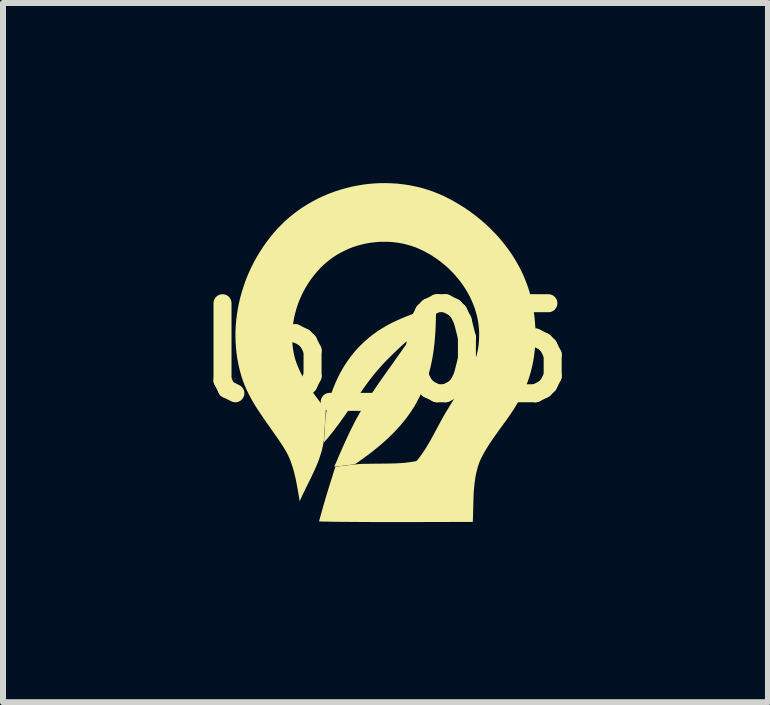
<source format=kicad_pcb>
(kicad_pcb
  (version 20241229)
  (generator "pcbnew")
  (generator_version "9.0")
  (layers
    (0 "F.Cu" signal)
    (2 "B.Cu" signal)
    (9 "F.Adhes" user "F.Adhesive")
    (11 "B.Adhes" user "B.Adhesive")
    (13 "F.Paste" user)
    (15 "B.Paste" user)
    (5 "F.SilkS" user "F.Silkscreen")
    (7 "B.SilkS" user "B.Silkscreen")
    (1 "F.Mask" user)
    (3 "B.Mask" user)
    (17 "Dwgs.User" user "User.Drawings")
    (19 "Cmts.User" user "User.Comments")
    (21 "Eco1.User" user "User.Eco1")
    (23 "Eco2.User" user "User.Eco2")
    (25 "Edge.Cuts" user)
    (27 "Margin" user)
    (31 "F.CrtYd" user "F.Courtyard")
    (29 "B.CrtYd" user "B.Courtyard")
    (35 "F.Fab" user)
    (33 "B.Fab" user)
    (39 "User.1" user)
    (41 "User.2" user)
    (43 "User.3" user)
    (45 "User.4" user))
  (footprint "lb_05"
    (layer "F.Cu")
    (at 3.371 2.823)
    (property "Reference" "lb_05" (at 0 0 0) (layer "F.SilkS") (effects (font (size 1.5 1.5) (thickness 0.3))))
    (attr board_only exclude_from_pos_files exclude_from_bom)
    (fp_poly (pts (xy 0.842 -0.77) (xy 0.843 -0.769) (xy 0.843 -0.767) (xy 0.843 -0.764) (xy 0.844 -0.759) (xy 0.844 -0.752) (xy 0.844 -0.743) (xy 0.844 -0.731) (xy 0.843 -0.717) (xy 0.843 -0.699) (xy 0.843 -0.678) (xy 0.843 -0.678) (xy 0.841 -0.594) (xy 0.839 -0.514) (xy 0.836 -0.437) (xy 0.833 -0.363) (xy 0.828 -0.292) (xy 0.823 -0.224) (xy 0.817 -0.158) (xy 0.81 -0.095) (xy 0.802 -0.033) (xy 0.793 0.026) (xy 0.783 0.084) (xy 0.773 0.14) (xy 0.761 0.195) (xy 0.749 0.249) (xy 0.735 0.302) (xy 0.724 0.344) (xy 0.712 0.383) (xy 0.7 0.42) (xy 0.688 0.457) (xy 0.674 0.494) (xy 0.66 0.531) (xy 0.645 0.568) (xy 0.629 0.607) (xy 0.611 0.647) (xy 0.591 0.689) (xy 0.57 0.733) (xy 0.56 0.753) (xy 0.524 0.821) (xy 0.486 0.889) (xy 0.444 0.956) (xy 0.399 1.022) (xy 0.351 1.088) (xy 0.3 1.153) (xy 0.245 1.218) (xy 0.187 1.282) (xy 0.126 1.346) (xy 0.061 1.41) (xy -0.007 1.473) (xy -0.078 1.536) (xy -0.154 1.598) (xy -0.232 1.661) (xy -0.315 1.723) (xy -0.384 1.773) (xy -0.396 1.782) (xy -0.41 1.792) (xy -0.424 1.802) (xy -0.438 1.812) (xy -0.452 1.821) (xy -0.465 1.83) (xy -0.477 1.839) (xy -0.488 1.846) (xy -0.497 1.852) (xy -0.504 1.857) (xy -0.509 1.86) (xy -0.511 1.862) (xy -0.513 1.862) (xy -0.519 1.863) (xy -0.527 1.864) (xy -0.538 1.865) (xy -0.552 1.867) (xy -0.568 1.868) (xy -0.585 1.871) (xy -0.604 1.873) (xy -0.624 1.875) (xy -0.645 1.878) (xy -0.667 1.88) (xy -0.689 1.883) (xy -0.71 1.885) (xy -0.731 1.888) (xy -0.752 1.89) (xy -0.771 1.892) (xy -0.789 1.894) (xy -0.805 1.896) (xy -0.82 1.898) (xy -0.832 1.899) (xy -0.841 1.9) (xy -0.847 1.901) (xy -0.85 1.901) (xy -0.85 1.901) (xy -0.851 1.9) (xy -0.851 1.898) (xy -0.85 1.896) (xy -0.847 1.89) (xy -0.844 1.882) (xy -0.839 1.871) (xy -0.834 1.858) (xy -0.827 1.843) (xy -0.82 1.827) (xy -0.812 1.809) (xy -0.804 1.789) (xy -0.795 1.769) (xy -0.787 1.749) (xy -0.778 1.728) (xy -0.769 1.707) (xy -0.76 1.687) (xy -0.751 1.667) (xy -0.743 1.649) (xy -0.735 1.631) (xy -0.728 1.615) (xy -0.723 1.602) (xy -0.692 1.532) (xy -0.661 1.465) (xy -0.632 1.401) (xy -0.603 1.34) (xy -0.574 1.28) (xy -0.545 1.223) (xy -0.517 1.167) (xy -0.488 1.112) (xy -0.458 1.058) (xy -0.428 1.005) (xy -0.397 0.951) (xy -0.365 0.898) (xy -0.331 0.843) (xy -0.296 0.788) (xy -0.26 0.731) (xy -0.223 0.674) (xy -0.209 0.654) (xy -0.196 0.634) (xy -0.183 0.614) (xy -0.169 0.594) (xy -0.156 0.574) (xy -0.141 0.553) (xy -0.126 0.531) (xy -0.111 0.509) (xy -0.094 0.485) (xy -0.077 0.46) (xy -0.058 0.433) (xy -0.038 0.405) (xy -0.017 0.375) (xy 0.006 0.343) (xy 0.031 0.308) (xy 0.057 0.271) (xy 0.085 0.231) (xy 0.111 0.196) (xy 0.137 0.159) (xy 0.162 0.123) (xy 0.187 0.087) (xy 0.212 0.053) (xy 0.235 0.02) (xy 0.257 -0.011) (xy 0.278 -0.041) (xy 0.298 -0.07) (xy 0.317 -0.097) (xy 0.335 -0.122) (xy 0.351 -0.145) (xy 0.365 -0.166) (xy 0.378 -0.185) (xy 0.389 -0.201) (xy 0.398 -0.215) (xy 0.406 -0.227) (xy 0.411 -0.235) (xy 0.414 -0.24) (xy 0.415 -0.241) (xy 0.415 -0.242) (xy 0.414 -0.241) (xy 0.413 -0.24) (xy 0.41 -0.238) (xy 0.406 -0.234) (xy 0.4 -0.229) (xy 0.392 -0.222) (xy 0.381 -0.213) (xy 0.373 -0.206) (xy 0.304 -0.144) (xy 0.238 -0.084) (xy 0.176 -0.025) (xy 0.116 0.033) (xy 0.059 0.089) (xy 0.005 0.144) (xy -0.046 0.198) (xy -0.094 0.252) (xy -0.14 0.304) (xy -0.184 0.356) (xy -0.185 0.358) (xy -0.2 0.377) (xy -0.215 0.395) (xy -0.229 0.413) (xy -0.244 0.432) (xy -0.259 0.452) (xy -0.275 0.472) (xy -0.291 0.494) (xy -0.308 0.517) (xy -0.325 0.541) (xy -0.343 0.566) (xy -0.363 0.593) (xy -0.383 0.623) (xy -0.405 0.654) (xy -0.428 0.687) (xy -0.453 0.723) (xy -0.479 0.761) (xy -0.508 0.802) (xy -0.538 0.845) (xy -0.55 0.864) (xy -0.581 0.91) (xy -0.611 0.952) (xy -0.638 0.992) (xy -0.664 1.029) (xy -0.688 1.064) (xy -0.711 1.097) (xy -0.733 1.127) (xy -0.754 1.157) (xy -0.774 1.184) (xy -0.793 1.21) (xy -0.812 1.235) (xy -0.83 1.259) (xy -0.847 1.282) (xy -0.865 1.305) (xy -0.882 1.327) (xy -0.9 1.349) (xy -0.917 1.371) (xy -0.919 1.373) (xy -0.93 1.386) (xy -0.941 1.4) (xy -0.953 1.414) (xy -0.964 1.427) (xy -0.975 1.441) (xy -0.986 1.453) (xy -0.996 1.464) (xy -1.004 1.474) (xy -1.012 1.483) (xy -1.018 1.489) (xy -1.022 1.493) (xy -1.024 1.495) (xy -1.024 1.495) (xy -1.024 1.493) (xy -1.024 1.488) (xy -1.023 1.48) (xy -1.023 1.469) (xy -1.022 1.457) (xy -1.021 1.444) (xy -1.021 1.44) (xy -1.02 1.426) (xy -1.019 1.409) (xy -1.017 1.39) (xy -1.016 1.37) (xy -1.015 1.348) (xy -1.014 1.327) (xy -1.012 1.307) (xy -1.012 1.303) (xy -1.01 1.267) (xy -1.008 1.234) (xy -1.007 1.205) (xy -1.005 1.178) (xy -1.004 1.155) (xy -1.002 1.133) (xy -1.001 1.114) (xy -0.999 1.097) (xy -0.998 1.082) (xy -0.997 1.067) (xy -0.995 1.054) (xy -0.994 1.042) (xy -0.992 1.03) (xy -0.99 1.019) (xy -0.988 1.008) (xy -0.986 0.997) (xy -0.984 0.985) (xy -0.981 0.972) (xy -0.978 0.959) (xy -0.975 0.944) (xy -0.953 0.853) (xy -0.928 0.764) (xy -0.9 0.677) (xy -0.869 0.592) (xy -0.835 0.509) (xy -0.798 0.428) (xy -0.759 0.35) (xy -0.716 0.273) (xy -0.671 0.199) (xy -0.623 0.128) (xy -0.572 0.059) (xy -0.519 -0.008) (xy -0.485 -0.047) (xy -0.466 -0.068) (xy -0.445 -0.09) (xy -0.422 -0.113) (xy -0.397 -0.137) (xy -0.371 -0.162) (xy -0.345 -0.186) (xy -0.318 -0.21) (xy -0.292 -0.233) (xy -0.266 -0.255) (xy -0.244 -0.273) (xy -0.191 -0.313) (xy -0.136 -0.353) (xy -0.078 -0.39) (xy -0.018 -0.427) (xy 0.046 -0.463) (xy 0.113 -0.498) (xy 0.183 -0.531) (xy 0.256 -0.564) (xy 0.333 -0.596) (xy 0.413 -0.628) (xy 0.426 -0.632) (xy 0.453 -0.642) (xy 0.483 -0.653) (xy 0.516 -0.665) (xy 0.551 -0.677) (xy 0.588 -0.689) (xy 0.625 -0.702) (xy 0.662 -0.714) (xy 0.7 -0.726) (xy 0.737 -0.738) (xy 0.773 -0.749) (xy 0.806 -0.76) (xy 0.838 -0.77) (xy 0.841 -0.77) (xy 0.841 -0.771)) (stroke (width 0) (type solid)) (fill yes) (layer "F.SilkS"))
    (fp_poly (pts (xy 0.093 -2.82) (xy 0.186 -2.815) (xy 0.279 -2.805) (xy 0.372 -2.792) (xy 0.451 -2.777) (xy 0.54 -2.758) (xy 0.629 -2.735) (xy 0.716 -2.708) (xy 0.802 -2.678) (xy 0.887 -2.644) (xy 0.971 -2.607) (xy 1.053 -2.566) (xy 1.061 -2.562) (xy 1.15 -2.514) (xy 1.235 -2.463) (xy 1.318 -2.411) (xy 1.399 -2.356) (xy 1.478 -2.298) (xy 1.555 -2.237) (xy 1.631 -2.173) (xy 1.677 -2.133) (xy 1.688 -2.123) (xy 1.7 -2.11) (xy 1.715 -2.097) (xy 1.731 -2.081) (xy 1.747 -2.065) (xy 1.764 -2.048) (xy 1.781 -2.031) (xy 1.798 -2.014) (xy 1.814 -1.998) (xy 1.829 -1.982) (xy 1.842 -1.969) (xy 1.853 -1.957) (xy 1.86 -1.949) (xy 1.925 -1.875) (xy 1.986 -1.799) (xy 2.044 -1.723) (xy 2.098 -1.646) (xy 2.148 -1.568) (xy 2.195 -1.489) (xy 2.238 -1.409) (xy 2.279 -1.328) (xy 2.315 -1.245) (xy 2.349 -1.161) (xy 2.378 -1.078) (xy 2.402 -1.002) (xy 2.423 -0.922) (xy 2.442 -0.841) (xy 2.458 -0.758) (xy 2.472 -0.674) (xy 2.483 -0.589) (xy 2.491 -0.503) (xy 2.497 -0.417) (xy 2.5 -0.331) (xy 2.5 -0.245) (xy 2.497 -0.16) (xy 2.491 -0.076) (xy 2.488 -0.045) (xy 2.477 0.046) (xy 2.463 0.135) (xy 2.446 0.222) (xy 2.425 0.307) (xy 2.401 0.391) (xy 2.374 0.473) (xy 2.343 0.553) (xy 2.31 0.633) (xy 2.289 0.677) (xy 2.276 0.702) (xy 2.262 0.73) (xy 2.246 0.759) (xy 2.229 0.79) (xy 2.211 0.821) (xy 2.193 0.853) (xy 2.174 0.884) (xy 2.156 0.915) (xy 2.138 0.943) (xy 2.129 0.958) (xy 2.119 0.973) (xy 2.109 0.987) (xy 2.099 1.002) (xy 2.089 1.018) (xy 2.078 1.034) (xy 2.066 1.051) (xy 2.054 1.069) (xy 2.04 1.088) (xy 2.025 1.109) (xy 2.009 1.132) (xy 1.991 1.157) (xy 1.971 1.184) (xy 1.95 1.214) (xy 1.926 1.246) (xy 1.922 1.253) (xy 1.893 1.292) (xy 1.867 1.328) (xy 1.843 1.362) (xy 1.82 1.394) (xy 1.8 1.423) (xy 1.78 1.451) (xy 1.763 1.477) (xy 1.746 1.502) (xy 1.731 1.525) (xy 1.716 1.548) (xy 1.702 1.57) (xy 1.689 1.591) (xy 1.676 1.612) (xy 1.664 1.633) (xy 1.657 1.645) (xy 1.639 1.677) (xy 1.622 1.708) (xy 1.607 1.736) (xy 1.594 1.763) (xy 1.582 1.787) (xy 1.573 1.809) (xy 1.566 1.825) (xy 1.547 1.88) (xy 1.53 1.938) (xy 1.514 1.999) (xy 1.501 2.063) (xy 1.491 2.13) (xy 1.482 2.2) (xy 1.479 2.23) (xy 1.477 2.252) (xy 1.475 2.274) (xy 1.473 2.295) (xy 1.472 2.318) (xy 1.47 2.341) (xy 1.469 2.365) (xy 1.468 2.39) (xy 1.467 2.417) (xy 1.466 2.446) (xy 1.465 2.478) (xy 1.464 2.512) (xy 1.463 2.55) (xy 1.462 2.59) (xy 1.462 2.597) (xy 1.461 2.624) (xy 1.461 2.651) (xy 1.46 2.677) (xy 1.459 2.701) (xy 1.459 2.724) (xy 1.458 2.745) (xy 1.457 2.763) (xy 1.457 2.779) (xy 1.456 2.792) (xy 1.456 2.802) (xy 1.455 2.809) (xy 1.455 2.81) (xy 1.454 2.821) (xy 1.145 2.822) (xy 1.076 2.822) (xy 1.006 2.823) (xy 0.936 2.823) (xy 0.866 2.823) (xy 0.795 2.823) (xy 0.725 2.823) (xy 0.655 2.823) (xy 0.585 2.824) (xy 0.516 2.824) (xy 0.448 2.824) (xy 0.381 2.824) (xy 0.315 2.824) (xy 0.25 2.824) (xy 0.187 2.824) (xy 0.126 2.824) (xy 0.066 2.824) (xy 0.009 2.824) (xy -0.046 2.824) (xy -0.098 2.824) (xy -0.148 2.824) (xy -0.195 2.824) (xy -0.239 2.824) (xy -0.28 2.823) (xy -0.317 2.823) (xy -0.343 2.823) (xy -0.379 2.823) (xy -0.416 2.823) (xy -0.454 2.822) (xy -0.493 2.822) (xy -0.531 2.822) (xy -0.57 2.822) (xy -0.609 2.821) (xy -0.648 2.821) (xy -0.686 2.82) (xy -0.724 2.82) (xy -0.761 2.82) (xy -0.797 2.819) (xy -0.832 2.819) (xy -0.866 2.818) (xy -0.898 2.818) (xy -0.929 2.817) (xy -0.957 2.817) (xy -0.984 2.816) (xy -1.009 2.816) (xy -1.031 2.816) (xy -1.051 2.815) (xy -1.068 2.815) (xy -1.082 2.814) (xy -1.093 2.814) (xy -1.101 2.814) (xy -1.105 2.813) (xy -1.106 2.813) (xy -1.105 2.811) (xy -1.104 2.806) (xy -1.102 2.798) (xy -1.099 2.787) (xy -1.096 2.774) (xy -1.091 2.758) (xy -1.087 2.741) (xy -1.082 2.722) (xy -1.076 2.702) (xy -1.07 2.681) (xy -1.064 2.659) (xy -1.058 2.637) (xy -1.052 2.615) (xy -1.045 2.593) (xy -1.043 2.583) (xy -1.003 2.445) (xy -0.961 2.306) (xy -0.918 2.167) (xy -0.873 2.026) (xy -0.87 2.016) (xy -0.865 1.999) (xy -0.86 1.983) (xy -0.855 1.967) (xy -0.85 1.953) (xy -0.846 1.941) (xy -0.843 1.93) (xy -0.841 1.923) (xy -0.84 1.922) (xy -0.837 1.913) (xy -0.834 1.906) (xy -0.832 1.902) (xy -0.831 1.901) (xy -0.829 1.901) (xy -0.823 1.901) (xy -0.815 1.9) (xy -0.803 1.898) (xy -0.788 1.897) (xy -0.771 1.895) (xy -0.752 1.892) (xy -0.731 1.89) (xy -0.708 1.887) (xy -0.684 1.885) (xy -0.658 1.882) (xy -0.637 1.879) (xy -0.605 1.875) (xy -0.575 1.872) (xy -0.549 1.869) (xy -0.526 1.866) (xy -0.505 1.864) (xy -0.487 1.862) (xy -0.471 1.86) (xy -0.457 1.859) (xy -0.444 1.858) (xy -0.433 1.857) (xy -0.423 1.856) (xy -0.414 1.856) (xy -0.405 1.855) (xy -0.4 1.855) (xy -0.393 1.855) (xy -0.381 1.854) (xy -0.367 1.854) (xy -0.349 1.854) (xy -0.33 1.853) (xy -0.308 1.853) (xy -0.284 1.853) (xy -0.258 1.852) (xy -0.231 1.852) (xy -0.203 1.852) (xy -0.174 1.851) (xy -0.144 1.851) (xy -0.132 1.851) (xy -0.09 1.851) (xy -0.052 1.85) (xy -0.017 1.85) (xy 0.016 1.85) (xy 0.045 1.849) (xy 0.073 1.849) (xy 0.097 1.848) (xy 0.12 1.848) (xy 0.142 1.847) (xy 0.162 1.847) (xy 0.18 1.846) (xy 0.198 1.845) (xy 0.215 1.844) (xy 0.232 1.843) (xy 0.248 1.842) (xy 0.265 1.841) (xy 0.282 1.839) (xy 0.288 1.839) (xy 0.323 1.836) (xy 0.358 1.832) (xy 0.393 1.828) (xy 0.427 1.823) (xy 0.458 1.818) (xy 0.487 1.813) (xy 0.491 1.812) (xy 0.499 1.811) (xy 0.506 1.809) (xy 0.511 1.808) (xy 0.515 1.807) (xy 0.519 1.804) (xy 0.523 1.801) (xy 0.528 1.796) (xy 0.533 1.789) (xy 0.54 1.781) (xy 0.549 1.77) (xy 0.552 1.765) (xy 0.584 1.723) (xy 0.616 1.678) (xy 0.649 1.629) (xy 0.682 1.577) (xy 0.715 1.522) (xy 0.749 1.463) (xy 0.756 1.452) (xy 0.762 1.439) (xy 0.769 1.427) (xy 0.776 1.414) (xy 0.784 1.401) (xy 0.792 1.386) (xy 0.8 1.37) (xy 0.81 1.352) (xy 0.821 1.332) (xy 0.833 1.31) (xy 0.846 1.285) (xy 0.859 1.262) (xy 0.877 1.227) (xy 0.895 1.194) (xy 0.911 1.165) (xy 0.925 1.138) (xy 0.939 1.113) (xy 0.952 1.09) (xy 0.964 1.068) (xy 0.975 1.048) (xy 0.986 1.029) (xy 0.997 1.01) (xy 1.008 0.992) (xy 1.019 0.973) (xy 1.031 0.955) (xy 1.042 0.936) (xy 1.047 0.928) (xy 1.054 0.917) (xy 1.062 0.904) (xy 1.07 0.891) (xy 1.078 0.877) (xy 1.085 0.866) (xy 1.091 0.856) (xy 1.099 0.843) (xy 1.108 0.828) (xy 1.119 0.812) (xy 1.13 0.793) (xy 1.142 0.774) (xy 1.155 0.755) (xy 1.167 0.735) (xy 1.178 0.717) (xy 1.196 0.689) (xy 1.212 0.664) (xy 1.226 0.641) (xy 1.239 0.62) (xy 1.251 0.602) (xy 1.261 0.585) (xy 1.271 0.57) (xy 1.279 0.555) (xy 1.288 0.541) (xy 1.296 0.528) (xy 1.304 0.515) (xy 1.31 0.505) (xy 1.344 0.445) (xy 1.375 0.388) (xy 1.404 0.333) (xy 1.429 0.28) (xy 1.453 0.228) (xy 1.474 0.178) (xy 1.492 0.128) (xy 1.508 0.08) (xy 1.522 0.032) (xy 1.533 -0.015) (xy 1.542 -0.062) (xy 1.55 -0.109) (xy 1.553 -0.135) (xy 1.555 -0.159) (xy 1.557 -0.186) (xy 1.559 -0.214) (xy 1.56 -0.244) (xy 1.561 -0.274) (xy 1.561 -0.304) (xy 1.561 -0.332) (xy 1.56 -0.359) (xy 1.559 -0.382) (xy 1.559 -0.383) (xy 1.552 -0.454) (xy 1.542 -0.524) (xy 1.528 -0.594) (xy 1.51 -0.663) (xy 1.489 -0.732) (xy 1.464 -0.799) (xy 1.436 -0.867) (xy 1.405 -0.933) (xy 1.369 -0.998) (xy 1.331 -1.062) (xy 1.289 -1.126) (xy 1.244 -1.188) (xy 1.195 -1.248) (xy 1.162 -1.287) (xy 1.152 -1.298) (xy 1.139 -1.312) (xy 1.125 -1.327) (xy 1.109 -1.343) (xy 1.093 -1.359) (xy 1.077 -1.376) (xy 1.061 -1.391) (xy 1.046 -1.406) (xy 1.033 -1.418) (xy 1.021 -1.429) (xy 1.021 -1.429) (xy 0.961 -1.48) (xy 0.9 -1.528) (xy 0.839 -1.572) (xy 0.776 -1.614) (xy 0.711 -1.652) (xy 0.644 -1.688) (xy 0.622 -1.699) (xy 0.558 -1.729) (xy 0.492 -1.756) (xy 0.425 -1.779) (xy 0.357 -1.798) (xy 0.287 -1.815) (xy 0.216 -1.828) (xy 0.143 -1.837) (xy 0.068 -1.844) (xy 0.055 -1.844) (xy 0.038 -1.845) (xy 0.02 -1.845) (xy -0.000456 -1.845) (xy -0.021 -1.845) (xy -0.042 -1.845) (xy -0.062 -1.845) (xy -0.081 -1.845) (xy -0.097 -1.844) (xy -0.108 -1.844) (xy -0.183 -1.837) (xy -0.258 -1.828) (xy -0.331 -1.815) (xy -0.403 -1.798) (xy -0.473 -1.779) (xy -0.542 -1.756) (xy -0.609 -1.73) (xy -0.675 -1.7) (xy -0.739 -1.668) (xy -0.801 -1.633) (xy -0.861 -1.595) (xy -0.919 -1.553) (xy -0.975 -1.509) (xy -1.029 -1.462) (xy -1.08 -1.412) (xy -1.093 -1.399) (xy -1.145 -1.341) (xy -1.195 -1.281) (xy -1.242 -1.219) (xy -1.286 -1.154) (xy -1.327 -1.088) (xy -1.364 -1.02) (xy -1.399 -0.95) (xy -1.43 -0.879) (xy -1.458 -0.807) (xy -1.482 -0.733) (xy -1.503 -0.659) (xy -1.521 -0.583) (xy -1.534 -0.507) (xy -1.535 -0.501) (xy -1.54 -0.468) (xy -1.544 -0.438) (xy -1.547 -0.408) (xy -1.549 -0.377) (xy -1.551 -0.346) (xy -1.552 -0.312) (xy -1.553 -0.289) (xy -1.552 -0.224) (xy -1.55 -0.162) (xy -1.545 -0.101) (xy -1.537 -0.043) (xy -1.527 0.014) (xy -1.514 0.071) (xy -1.498 0.127) (xy -1.479 0.182) (xy -1.456 0.239) (xy -1.431 0.296) (xy -1.42 0.319) (xy -1.407 0.346) (xy -1.393 0.373) (xy -1.379 0.4) (xy -1.364 0.427) (xy -1.348 0.454) (xy -1.331 0.482) (xy -1.313 0.51) (xy -1.294 0.54) (xy -1.274 0.57) (xy -1.252 0.602) (xy -1.229 0.636) (xy -1.204 0.671) (xy -1.177 0.708) (xy -1.148 0.747) (xy -1.117 0.788) (xy -1.084 0.832) (xy -1.057 0.867) (xy -1.046 0.881) (xy -1.035 0.895) (xy -1.026 0.908) (xy -1.017 0.919) (xy -1.01 0.929) (xy -1.004 0.936) (xy -1 0.942) (xy -0.998 0.944) (xy -0.993 0.951) (xy -0.997 1.015) (xy -0.998 1.032) (xy -1 1.051) (xy -1.001 1.073) (xy -1.002 1.095) (xy -1.004 1.118) (xy -1.005 1.14) (xy -1.006 1.161) (xy -1.007 1.162) (xy -1.009 1.2) (xy -1.011 1.235) (xy -1.013 1.266) (xy -1.014 1.294) (xy -1.016 1.319) (xy -1.017 1.342) (xy -1.018 1.362) (xy -1.019 1.379) (xy -1.021 1.395) (xy -1.022 1.409) (xy -1.023 1.422) (xy -1.023 1.433) (xy -1.024 1.442) (xy -1.025 1.451) (xy -1.026 1.459) (xy -1.027 1.467) (xy -1.028 1.474) (xy -1.029 1.481) (xy -1.029 1.482) (xy -1.039 1.538) (xy -1.051 1.596) (xy -1.067 1.655) (xy -1.086 1.716) (xy -1.107 1.78) (xy -1.132 1.845) (xy -1.155 1.9) (xy -1.162 1.916) (xy -1.169 1.931) (xy -1.175 1.946) (xy -1.182 1.961) (xy -1.189 1.977) (xy -1.197 1.993) (xy -1.205 2.011) (xy -1.214 2.029) (xy -1.224 2.05) (xy -1.234 2.072) (xy -1.246 2.096) (xy -1.259 2.122) (xy -1.273 2.152) (xy -1.289 2.184) (xy -1.292 2.19) (xy -1.309 2.224) (xy -1.324 2.254) (xy -1.337 2.282) (xy -1.35 2.307) (xy -1.361 2.33) (xy -1.371 2.351) (xy -1.38 2.371) (xy -1.389 2.388) (xy -1.396 2.405) (xy -1.404 2.421) (xy -1.411 2.437) (xy -1.414 2.443) (xy -1.428 2.475) (xy -1.432 2.454) (xy -1.433 2.448) (xy -1.435 2.438) (xy -1.437 2.426) (xy -1.439 2.411) (xy -1.442 2.395) (xy -1.445 2.379) (xy -1.448 2.361) (xy -1.449 2.357) (xy -1.456 2.316) (xy -1.462 2.279) (xy -1.469 2.245) (xy -1.474 2.213) (xy -1.48 2.184) (xy -1.485 2.157) (xy -1.49 2.132) (xy -1.495 2.108) (xy -1.5 2.086) (xy -1.505 2.064) (xy -1.51 2.043) (xy -1.515 2.022) (xy -1.518 2.009) (xy -1.534 1.949) (xy -1.551 1.893) (xy -1.569 1.84) (xy -1.588 1.789) (xy -1.609 1.74) (xy -1.631 1.694) (xy -1.655 1.648) (xy -1.681 1.604) (xy -1.689 1.591) (xy -1.701 1.572) (xy -1.713 1.554) (xy -1.725 1.535) (xy -1.737 1.517) (xy -1.749 1.498) (xy -1.763 1.478) (xy -1.776 1.458) (xy -1.791 1.436) (xy -1.807 1.413) (xy -1.824 1.389) (xy -1.842 1.363) (xy -1.862 1.335) (xy -1.883 1.304) (xy -1.906 1.271) (xy -1.932 1.235) (xy -1.933 1.234) (xy -1.955 1.202) (xy -1.976 1.173) (xy -1.995 1.146) (xy -2.012 1.121) (xy -2.029 1.097) (xy -2.044 1.075) (xy -2.058 1.054) (xy -2.072 1.033) (xy -2.086 1.013) (xy -2.091 1.005) (xy -2.13 0.946) (xy -2.166 0.889) (xy -2.2 0.833) (xy -2.231 0.78) (xy -2.259 0.727) (xy -2.286 0.676) (xy -2.31 0.626) (xy -2.332 0.576) (xy -2.353 0.527) (xy -2.371 0.477) (xy -2.389 0.428) (xy -2.404 0.378) (xy -2.407 0.368) (xy -2.431 0.279) (xy -2.451 0.19) (xy -2.468 0.099) (xy -2.481 0.008) (xy -2.49 -0.083) (xy -2.496 -0.176) (xy -2.499 -0.268) (xy -2.498 -0.362) (xy -2.493 -0.455) (xy -2.485 -0.549) (xy -2.473 -0.642) (xy -2.458 -0.736) (xy -2.439 -0.83) (xy -2.417 -0.923) (xy -2.391 -1.016) (xy -2.361 -1.109) (xy -2.335 -1.185) (xy -2.301 -1.272) (xy -2.264 -1.358) (xy -2.224 -1.442) (xy -2.181 -1.526) (xy -2.135 -1.607) (xy -2.086 -1.687) (xy -2.035 -1.765) (xy -1.982 -1.84) (xy -1.926 -1.914) (xy -1.868 -1.985) (xy -1.808 -2.053) (xy -1.746 -2.118) (xy -1.682 -2.181) (xy -1.616 -2.24) (xy -1.588 -2.264) (xy -1.518 -2.32) (xy -1.446 -2.374) (xy -1.37 -2.425) (xy -1.293 -2.473) (xy -1.213 -2.519) (xy -1.132 -2.562) (xy -1.048 -2.601) (xy -0.963 -2.638) (xy -0.927 -2.652) (xy -0.837 -2.685) (xy -0.747 -2.714) (xy -0.655 -2.74) (xy -0.563 -2.763) (xy -0.47 -2.781) (xy -0.377 -2.797) (xy -0.283 -2.809) (xy -0.189 -2.817) (xy -0.095 -2.822) (xy -0.001 -2.823)) (stroke (width 0) (type solid)) (fill yes) (layer "F.SilkS")))
  (gr_rect
    (start -3 -3)
    (end 9.743 8.647)
    (stroke (width 0.1) (type default))
    (fill no)
    (layer "Edge.Cuts")))
</source>
